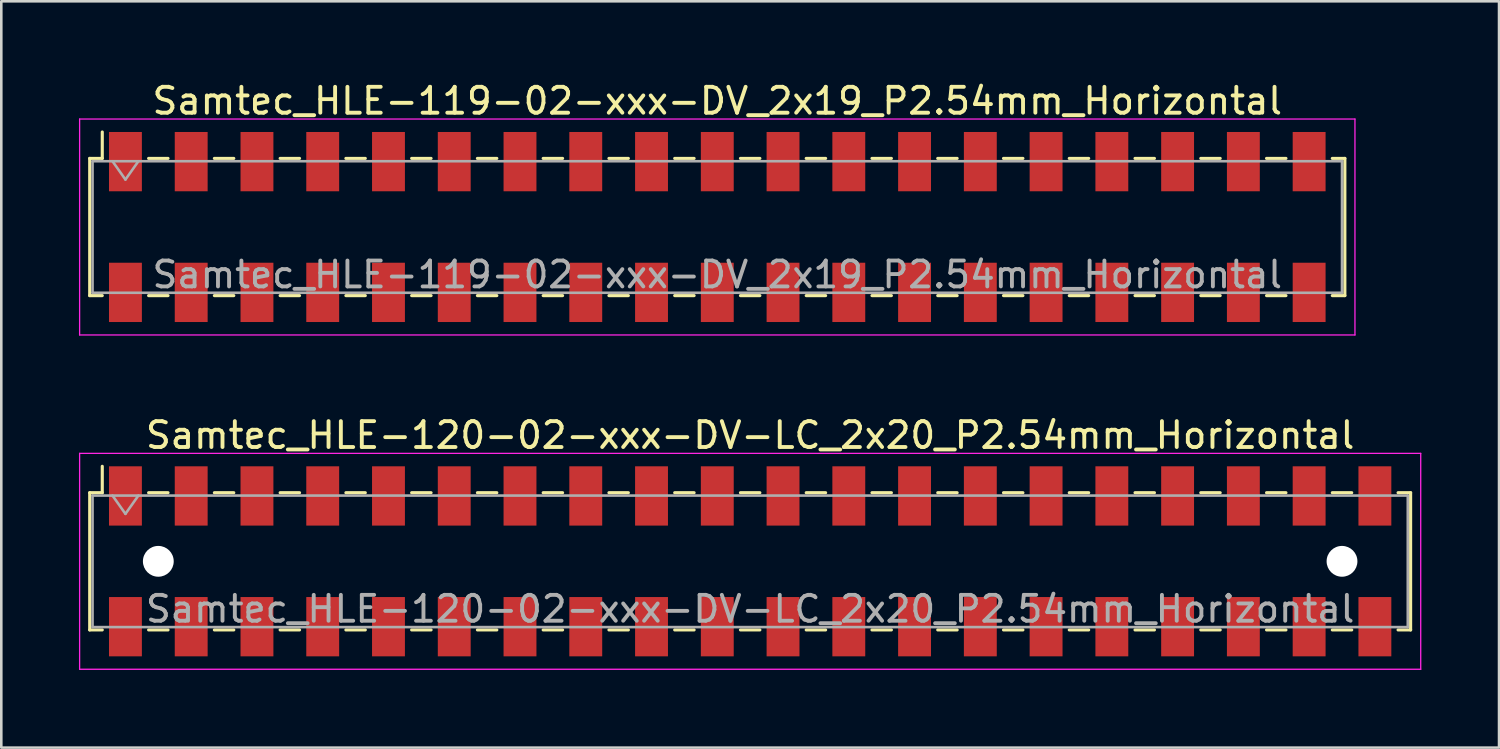
<source format=kicad_pcb>
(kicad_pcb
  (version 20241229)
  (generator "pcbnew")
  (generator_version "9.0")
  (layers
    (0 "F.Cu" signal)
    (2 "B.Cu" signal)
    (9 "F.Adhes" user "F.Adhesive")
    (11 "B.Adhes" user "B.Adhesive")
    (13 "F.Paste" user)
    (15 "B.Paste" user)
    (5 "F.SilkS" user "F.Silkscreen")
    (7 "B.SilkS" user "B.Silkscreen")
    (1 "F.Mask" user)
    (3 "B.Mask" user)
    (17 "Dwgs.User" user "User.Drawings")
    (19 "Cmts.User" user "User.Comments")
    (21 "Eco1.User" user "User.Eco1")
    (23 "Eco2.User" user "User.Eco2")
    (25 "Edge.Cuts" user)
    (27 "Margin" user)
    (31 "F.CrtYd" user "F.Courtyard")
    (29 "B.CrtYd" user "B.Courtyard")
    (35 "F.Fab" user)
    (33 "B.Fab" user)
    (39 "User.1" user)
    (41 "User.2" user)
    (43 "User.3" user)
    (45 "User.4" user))
  (footprint "Samtec_HLE-119-02-xxx-DV_2x19_P2.54mm_Horizontal"
    (layer "F.Cu")
    (at 24.655 5.718)
    (property "Reference" "Samtec_HLE-119-02-xxx-DV_2x19_P2.54mm_Horizontal" (at 0 -4.87 0) (layer "F.SilkS") (effects (font (size 1 1) (thickness 0.15))))
    (attr smd)
    (fp_line (start -24.24 -2.65) (end -24.24 2.65) (stroke (width 0.12) (type solid)) (layer "F.SilkS"))
    (fp_line (start -24.24 2.65) (end -23.755 2.65) (stroke (width 0.12) (type solid)) (layer "F.SilkS"))
    (fp_line (start -23.755 -3.67) (end -23.755 -2.65) (stroke (width 0.12) (type solid)) (layer "F.SilkS"))
    (fp_line (start -23.755 -2.65) (end -24.24 -2.65) (stroke (width 0.12) (type solid)) (layer "F.SilkS"))
    (fp_line (start -21.965 -2.65) (end -21.215 -2.65) (stroke (width 0.12) (type solid)) (layer "F.SilkS"))
    (fp_line (start -21.965 2.65) (end -21.215 2.65) (stroke (width 0.12) (type solid)) (layer "F.SilkS"))
    (fp_line (start -19.425 -2.65) (end -18.675 -2.65) (stroke (width 0.12) (type solid)) (layer "F.SilkS"))
    (fp_line (start -19.425 2.65) (end -18.675 2.65) (stroke (width 0.12) (type solid)) (layer "F.SilkS"))
    (fp_line (start -16.885 -2.65) (end -16.135 -2.65) (stroke (width 0.12) (type solid)) (layer "F.SilkS"))
    (fp_line (start -16.885 2.65) (end -16.135 2.65) (stroke (width 0.12) (type solid)) (layer "F.SilkS"))
    (fp_line (start -14.345 -2.65) (end -13.595 -2.65) (stroke (width 0.12) (type solid)) (layer "F.SilkS"))
    (fp_line (start -14.345 2.65) (end -13.595 2.65) (stroke (width 0.12) (type solid)) (layer "F.SilkS"))
    (fp_line (start -11.805 -2.65) (end -11.055 -2.65) (stroke (width 0.12) (type solid)) (layer "F.SilkS"))
    (fp_line (start -11.805 2.65) (end -11.055 2.65) (stroke (width 0.12) (type solid)) (layer "F.SilkS"))
    (fp_line (start -9.265 -2.65) (end -8.515 -2.65) (stroke (width 0.12) (type solid)) (layer "F.SilkS"))
    (fp_line (start -9.265 2.65) (end -8.515 2.65) (stroke (width 0.12) (type solid)) (layer "F.SilkS"))
    (fp_line (start -6.725 -2.65) (end -5.975 -2.65) (stroke (width 0.12) (type solid)) (layer "F.SilkS"))
    (fp_line (start -6.725 2.65) (end -5.975 2.65) (stroke (width 0.12) (type solid)) (layer "F.SilkS"))
    (fp_line (start -4.185 -2.65) (end -3.435 -2.65) (stroke (width 0.12) (type solid)) (layer "F.SilkS"))
    (fp_line (start -4.185 2.65) (end -3.435 2.65) (stroke (width 0.12) (type solid)) (layer "F.SilkS"))
    (fp_line (start -1.645 -2.65) (end -0.895 -2.65) (stroke (width 0.12) (type solid)) (layer "F.SilkS"))
    (fp_line (start -1.645 2.65) (end -0.895 2.65) (stroke (width 0.12) (type solid)) (layer "F.SilkS"))
    (fp_line (start 0.895 -2.65) (end 1.645 -2.65) (stroke (width 0.12) (type solid)) (layer "F.SilkS"))
    (fp_line (start 0.895 2.65) (end 1.645 2.65) (stroke (width 0.12) (type solid)) (layer "F.SilkS"))
    (fp_line (start 3.435 -2.65) (end 4.185 -2.65) (stroke (width 0.12) (type solid)) (layer "F.SilkS"))
    (fp_line (start 3.435 2.65) (end 4.185 2.65) (stroke (width 0.12) (type solid)) (layer "F.SilkS"))
    (fp_line (start 5.975 -2.65) (end 6.725 -2.65) (stroke (width 0.12) (type solid)) (layer "F.SilkS"))
    (fp_line (start 5.975 2.65) (end 6.725 2.65) (stroke (width 0.12) (type solid)) (layer "F.SilkS"))
    (fp_line (start 8.515 -2.65) (end 9.265 -2.65) (stroke (width 0.12) (type solid)) (layer "F.SilkS"))
    (fp_line (start 8.515 2.65) (end 9.265 2.65) (stroke (width 0.12) (type solid)) (layer "F.SilkS"))
    (fp_line (start 11.055 -2.65) (end 11.805 -2.65) (stroke (width 0.12) (type solid)) (layer "F.SilkS"))
    (fp_line (start 11.055 2.65) (end 11.805 2.65) (stroke (width 0.12) (type solid)) (layer "F.SilkS"))
    (fp_line (start 13.595 -2.65) (end 14.345 -2.65) (stroke (width 0.12) (type solid)) (layer "F.SilkS"))
    (fp_line (start 13.595 2.65) (end 14.345 2.65) (stroke (width 0.12) (type solid)) (layer "F.SilkS"))
    (fp_line (start 16.135 -2.65) (end 16.885 -2.65) (stroke (width 0.12) (type solid)) (layer "F.SilkS"))
    (fp_line (start 16.135 2.65) (end 16.885 2.65) (stroke (width 0.12) (type solid)) (layer "F.SilkS"))
    (fp_line (start 18.675 -2.65) (end 19.425 -2.65) (stroke (width 0.12) (type solid)) (layer "F.SilkS"))
    (fp_line (start 18.675 2.65) (end 19.425 2.65) (stroke (width 0.12) (type solid)) (layer "F.SilkS"))
    (fp_line (start 21.215 -2.65) (end 21.965 -2.65) (stroke (width 0.12) (type solid)) (layer "F.SilkS"))
    (fp_line (start 21.215 2.65) (end 21.965 2.65) (stroke (width 0.12) (type solid)) (layer "F.SilkS"))
    (fp_line (start 23.755 -2.65) (end 24.24 -2.65) (stroke (width 0.12) (type solid)) (layer "F.SilkS"))
    (fp_line (start 24.24 -2.65) (end 24.24 2.65) (stroke (width 0.12) (type solid)) (layer "F.SilkS"))
    (fp_line (start 24.24 2.65) (end 23.755 2.65) (stroke (width 0.12) (type solid)) (layer "F.SilkS"))
    (fp_line (start -24.63 -4.17) (end 24.63 -4.17) (stroke (width 0.05) (type solid)) (layer "F.CrtYd"))
    (fp_line (start -24.63 4.17) (end -24.63 -4.17) (stroke (width 0.05) (type solid)) (layer "F.CrtYd"))
    (fp_line (start 24.63 -4.17) (end 24.63 4.17) (stroke (width 0.05) (type solid)) (layer "F.CrtYd"))
    (fp_line (start 24.63 4.17) (end -24.63 4.17) (stroke (width 0.05) (type solid)) (layer "F.CrtYd"))
    (fp_line (start -24.13 -2.54) (end 24.13 -2.54) (stroke (width 0.1) (type solid)) (layer "F.Fab"))
    (fp_line (start -24.13 2.54) (end -24.13 -2.54) (stroke (width 0.1) (type solid)) (layer "F.Fab"))
    (fp_line (start -23.36 -2.54) (end -22.86 -1.833) (stroke (width 0.1) (type solid)) (layer "F.Fab"))
    (fp_line (start -22.86 -1.833) (end -22.36 -2.54) (stroke (width 0.1) (type solid)) (layer "F.Fab"))
    (fp_line (start 24.13 -2.54) (end 24.13 2.54) (stroke (width 0.1) (type solid)) (layer "F.Fab"))
    (fp_line (start 24.13 2.54) (end -24.13 2.54) (stroke (width 0.1) (type solid)) (layer "F.Fab"))
    (fp_text user "${REFERENCE}" (at 0 1.84 0) (layer "F.Fab") (effects (font (size 1 1) (thickness 0.15))))
    (pad "1" smd rect (at -22.86 -2.525) (size 1.27 2.29) (layers "F.Cu" "F.Mask" "F.Paste"))
    (pad "2" smd rect (at -22.86 2.525) (size 1.27 2.29) (layers "F.Cu" "F.Mask" "F.Paste"))
    (pad "3" smd rect (at -20.32 -2.525) (size 1.27 2.29) (layers "F.Cu" "F.Mask" "F.Paste"))
    (pad "4" smd rect (at -20.32 2.525) (size 1.27 2.29) (layers "F.Cu" "F.Mask" "F.Paste"))
    (pad "5" smd rect (at -17.78 -2.525) (size 1.27 2.29) (layers "F.Cu" "F.Mask" "F.Paste"))
    (pad "6" smd rect (at -17.78 2.525) (size 1.27 2.29) (layers "F.Cu" "F.Mask" "F.Paste"))
    (pad "7" smd rect (at -15.24 -2.525) (size 1.27 2.29) (layers "F.Cu" "F.Mask" "F.Paste"))
    (pad "8" smd rect (at -15.24 2.525) (size 1.27 2.29) (layers "F.Cu" "F.Mask" "F.Paste"))
    (pad "9" smd rect (at -12.7 -2.525) (size 1.27 2.29) (layers "F.Cu" "F.Mask" "F.Paste"))
    (pad "10" smd rect (at -12.7 2.525) (size 1.27 2.29) (layers "F.Cu" "F.Mask" "F.Paste"))
    (pad "11" smd rect (at -10.16 -2.525) (size 1.27 2.29) (layers "F.Cu" "F.Mask" "F.Paste"))
    (pad "12" smd rect (at -10.16 2.525) (size 1.27 2.29) (layers "F.Cu" "F.Mask" "F.Paste"))
    (pad "13" smd rect (at -7.62 -2.525) (size 1.27 2.29) (layers "F.Cu" "F.Mask" "F.Paste"))
    (pad "14" smd rect (at -7.62 2.525) (size 1.27 2.29) (layers "F.Cu" "F.Mask" "F.Paste"))
    (pad "15" smd rect (at -5.08 -2.525) (size 1.27 2.29) (layers "F.Cu" "F.Mask" "F.Paste"))
    (pad "16" smd rect (at -5.08 2.525) (size 1.27 2.29) (layers "F.Cu" "F.Mask" "F.Paste"))
    (pad "17" smd rect (at -2.54 -2.525) (size 1.27 2.29) (layers "F.Cu" "F.Mask" "F.Paste"))
    (pad "18" smd rect (at -2.54 2.525) (size 1.27 2.29) (layers "F.Cu" "F.Mask" "F.Paste"))
    (pad "19" smd rect (at 0 -2.525) (size 1.27 2.29) (layers "F.Cu" "F.Mask" "F.Paste"))
    (pad "20" smd rect (at 0 2.525) (size 1.27 2.29) (layers "F.Cu" "F.Mask" "F.Paste"))
    (pad "21" smd rect (at 2.54 -2.525) (size 1.27 2.29) (layers "F.Cu" "F.Mask" "F.Paste"))
    (pad "22" smd rect (at 2.54 2.525) (size 1.27 2.29) (layers "F.Cu" "F.Mask" "F.Paste"))
    (pad "23" smd rect (at 5.08 -2.525) (size 1.27 2.29) (layers "F.Cu" "F.Mask" "F.Paste"))
    (pad "24" smd rect (at 5.08 2.525) (size 1.27 2.29) (layers "F.Cu" "F.Mask" "F.Paste"))
    (pad "25" smd rect (at 7.62 -2.525) (size 1.27 2.29) (layers "F.Cu" "F.Mask" "F.Paste"))
    (pad "26" smd rect (at 7.62 2.525) (size 1.27 2.29) (layers "F.Cu" "F.Mask" "F.Paste"))
    (pad "27" smd rect (at 10.16 -2.525) (size 1.27 2.29) (layers "F.Cu" "F.Mask" "F.Paste"))
    (pad "28" smd rect (at 10.16 2.525) (size 1.27 2.29) (layers "F.Cu" "F.Mask" "F.Paste"))
    (pad "29" smd rect (at 12.7 -2.525) (size 1.27 2.29) (layers "F.Cu" "F.Mask" "F.Paste"))
    (pad "30" smd rect (at 12.7 2.525) (size 1.27 2.29) (layers "F.Cu" "F.Mask" "F.Paste"))
    (pad "31" smd rect (at 15.24 -2.525) (size 1.27 2.29) (layers "F.Cu" "F.Mask" "F.Paste"))
    (pad "32" smd rect (at 15.24 2.525) (size 1.27 2.29) (layers "F.Cu" "F.Mask" "F.Paste"))
    (pad "33" smd rect (at 17.78 -2.525) (size 1.27 2.29) (layers "F.Cu" "F.Mask" "F.Paste"))
    (pad "34" smd rect (at 17.78 2.525) (size 1.27 2.29) (layers "F.Cu" "F.Mask" "F.Paste"))
    (pad "35" smd rect (at 20.32 -2.525) (size 1.27 2.29) (layers "F.Cu" "F.Mask" "F.Paste"))
    (pad "36" smd rect (at 20.32 2.525) (size 1.27 2.29) (layers "F.Cu" "F.Mask" "F.Paste"))
    (pad "37" smd rect (at 22.86 -2.525) (size 1.27 2.29) (layers "F.Cu" "F.Mask" "F.Paste"))
    (pad "38" smd rect (at 22.86 2.525) (size 1.27 2.29) (layers "F.Cu" "F.Mask" "F.Paste")))
  (footprint "Samtec_HLE-120-02-xxx-DV-LC_2x20_P2.54mm_Horizontal"
    (layer "F.Cu")
    (at 25.925 18.631)
    (property "Reference" "Samtec_HLE-120-02-xxx-DV-LC_2x20_P2.54mm_Horizontal" (at 0 -4.87 0) (layer "F.SilkS") (effects (font (size 1 1) (thickness 0.15))))
    (attr smd)
    (fp_line (start -25.51 -2.65) (end -25.51 2.65) (stroke (width 0.12) (type solid)) (layer "F.SilkS"))
    (fp_line (start -25.51 2.65) (end -25.025 2.65) (stroke (width 0.12) (type solid)) (layer "F.SilkS"))
    (fp_line (start -25.025 -3.67) (end -25.025 -2.65) (stroke (width 0.12) (type solid)) (layer "F.SilkS"))
    (fp_line (start -25.025 -2.65) (end -25.51 -2.65) (stroke (width 0.12) (type solid)) (layer "F.SilkS"))
    (fp_line (start -23.235 -2.65) (end -22.485 -2.65) (stroke (width 0.12) (type solid)) (layer "F.SilkS"))
    (fp_line (start -23.235 2.65) (end -22.485 2.65) (stroke (width 0.12) (type solid)) (layer "F.SilkS"))
    (fp_line (start -20.695 -2.65) (end -19.945 -2.65) (stroke (width 0.12) (type solid)) (layer "F.SilkS"))
    (fp_line (start -20.695 2.65) (end -19.945 2.65) (stroke (width 0.12) (type solid)) (layer "F.SilkS"))
    (fp_line (start -18.155 -2.65) (end -17.405 -2.65) (stroke (width 0.12) (type solid)) (layer "F.SilkS"))
    (fp_line (start -18.155 2.65) (end -17.405 2.65) (stroke (width 0.12) (type solid)) (layer "F.SilkS"))
    (fp_line (start -15.615 -2.65) (end -14.865 -2.65) (stroke (width 0.12) (type solid)) (layer "F.SilkS"))
    (fp_line (start -15.615 2.65) (end -14.865 2.65) (stroke (width 0.12) (type solid)) (layer "F.SilkS"))
    (fp_line (start -13.075 -2.65) (end -12.325 -2.65) (stroke (width 0.12) (type solid)) (layer "F.SilkS"))
    (fp_line (start -13.075 2.65) (end -12.325 2.65) (stroke (width 0.12) (type solid)) (layer "F.SilkS"))
    (fp_line (start -10.535 -2.65) (end -9.785 -2.65) (stroke (width 0.12) (type solid)) (layer "F.SilkS"))
    (fp_line (start -10.535 2.65) (end -9.785 2.65) (stroke (width 0.12) (type solid)) (layer "F.SilkS"))
    (fp_line (start -7.995 -2.65) (end -7.245 -2.65) (stroke (width 0.12) (type solid)) (layer "F.SilkS"))
    (fp_line (start -7.995 2.65) (end -7.245 2.65) (stroke (width 0.12) (type solid)) (layer "F.SilkS"))
    (fp_line (start -5.455 -2.65) (end -4.705 -2.65) (stroke (width 0.12) (type solid)) (layer "F.SilkS"))
    (fp_line (start -5.455 2.65) (end -4.705 2.65) (stroke (width 0.12) (type solid)) (layer "F.SilkS"))
    (fp_line (start -2.915 -2.65) (end -2.165 -2.65) (stroke (width 0.12) (type solid)) (layer "F.SilkS"))
    (fp_line (start -2.915 2.65) (end -2.165 2.65) (stroke (width 0.12) (type solid)) (layer "F.SilkS"))
    (fp_line (start -0.375 -2.65) (end 0.375 -2.65) (stroke (width 0.12) (type solid)) (layer "F.SilkS"))
    (fp_line (start -0.375 2.65) (end 0.375 2.65) (stroke (width 0.12) (type solid)) (layer "F.SilkS"))
    (fp_line (start 2.165 -2.65) (end 2.915 -2.65) (stroke (width 0.12) (type solid)) (layer "F.SilkS"))
    (fp_line (start 2.165 2.65) (end 2.915 2.65) (stroke (width 0.12) (type solid)) (layer "F.SilkS"))
    (fp_line (start 4.705 -2.65) (end 5.455 -2.65) (stroke (width 0.12) (type solid)) (layer "F.SilkS"))
    (fp_line (start 4.705 2.65) (end 5.455 2.65) (stroke (width 0.12) (type solid)) (layer "F.SilkS"))
    (fp_line (start 7.245 -2.65) (end 7.995 -2.65) (stroke (width 0.12) (type solid)) (layer "F.SilkS"))
    (fp_line (start 7.245 2.65) (end 7.995 2.65) (stroke (width 0.12) (type solid)) (layer "F.SilkS"))
    (fp_line (start 9.785 -2.65) (end 10.535 -2.65) (stroke (width 0.12) (type solid)) (layer "F.SilkS"))
    (fp_line (start 9.785 2.65) (end 10.535 2.65) (stroke (width 0.12) (type solid)) (layer "F.SilkS"))
    (fp_line (start 12.325 -2.65) (end 13.075 -2.65) (stroke (width 0.12) (type solid)) (layer "F.SilkS"))
    (fp_line (start 12.325 2.65) (end 13.075 2.65) (stroke (width 0.12) (type solid)) (layer "F.SilkS"))
    (fp_line (start 14.865 -2.65) (end 15.615 -2.65) (stroke (width 0.12) (type solid)) (layer "F.SilkS"))
    (fp_line (start 14.865 2.65) (end 15.615 2.65) (stroke (width 0.12) (type solid)) (layer "F.SilkS"))
    (fp_line (start 17.405 -2.65) (end 18.155 -2.65) (stroke (width 0.12) (type solid)) (layer "F.SilkS"))
    (fp_line (start 17.405 2.65) (end 18.155 2.65) (stroke (width 0.12) (type solid)) (layer "F.SilkS"))
    (fp_line (start 19.945 -2.65) (end 20.695 -2.65) (stroke (width 0.12) (type solid)) (layer "F.SilkS"))
    (fp_line (start 19.945 2.65) (end 20.695 2.65) (stroke (width 0.12) (type solid)) (layer "F.SilkS"))
    (fp_line (start 22.485 -2.65) (end 23.235 -2.65) (stroke (width 0.12) (type solid)) (layer "F.SilkS"))
    (fp_line (start 22.485 2.65) (end 23.235 2.65) (stroke (width 0.12) (type solid)) (layer "F.SilkS"))
    (fp_line (start 25.025 -2.65) (end 25.51 -2.65) (stroke (width 0.12) (type solid)) (layer "F.SilkS"))
    (fp_line (start 25.51 -2.65) (end 25.51 2.65) (stroke (width 0.12) (type solid)) (layer "F.SilkS"))
    (fp_line (start 25.51 2.65) (end 25.025 2.65) (stroke (width 0.12) (type solid)) (layer "F.SilkS"))
    (fp_line (start -25.9 -4.17) (end 25.9 -4.17) (stroke (width 0.05) (type solid)) (layer "F.CrtYd"))
    (fp_line (start -25.9 4.17) (end -25.9 -4.17) (stroke (width 0.05) (type solid)) (layer "F.CrtYd"))
    (fp_line (start 25.9 -4.17) (end 25.9 4.17) (stroke (width 0.05) (type solid)) (layer "F.CrtYd"))
    (fp_line (start 25.9 4.17) (end -25.9 4.17) (stroke (width 0.05) (type solid)) (layer "F.CrtYd"))
    (fp_line (start -25.4 -2.54) (end 25.4 -2.54) (stroke (width 0.1) (type solid)) (layer "F.Fab"))
    (fp_line (start -25.4 2.54) (end -25.4 -2.54) (stroke (width 0.1) (type solid)) (layer "F.Fab"))
    (fp_line (start -24.63 -2.54) (end -24.13 -1.833) (stroke (width 0.1) (type solid)) (layer "F.Fab"))
    (fp_line (start -24.13 -1.833) (end -23.63 -2.54) (stroke (width 0.1) (type solid)) (layer "F.Fab"))
    (fp_line (start 25.4 -2.54) (end 25.4 2.54) (stroke (width 0.1) (type solid)) (layer "F.Fab"))
    (fp_line (start 25.4 2.54) (end -25.4 2.54) (stroke (width 0.1) (type solid)) (layer "F.Fab"))
    (fp_text user "${REFERENCE}" (at 0 1.84 0) (layer "F.Fab") (effects (font (size 1 1) (thickness 0.15))))
    (pad "" np_thru_hole circle (at -22.86 0) (size 1.19 1.19) (drill 1.19) (layers "*.Cu" "*.Mask"))
    (pad "" np_thru_hole circle (at 22.86 0) (size 1.19 1.19) (drill 1.19) (layers "*.Cu" "*.Mask"))
    (pad "1" smd rect (at -24.13 -2.525) (size 1.27 2.29) (layers "F.Cu" "F.Mask" "F.Paste"))
    (pad "2" smd rect (at -24.13 2.525) (size 1.27 2.29) (layers "F.Cu" "F.Mask" "F.Paste"))
    (pad "3" smd rect (at -21.59 -2.525) (size 1.27 2.29) (layers "F.Cu" "F.Mask" "F.Paste"))
    (pad "4" smd rect (at -21.59 2.525) (size 1.27 2.29) (layers "F.Cu" "F.Mask" "F.Paste"))
    (pad "5" smd rect (at -19.05 -2.525) (size 1.27 2.29) (layers "F.Cu" "F.Mask" "F.Paste"))
    (pad "6" smd rect (at -19.05 2.525) (size 1.27 2.29) (layers "F.Cu" "F.Mask" "F.Paste"))
    (pad "7" smd rect (at -16.51 -2.525) (size 1.27 2.29) (layers "F.Cu" "F.Mask" "F.Paste"))
    (pad "8" smd rect (at -16.51 2.525) (size 1.27 2.29) (layers "F.Cu" "F.Mask" "F.Paste"))
    (pad "9" smd rect (at -13.97 -2.525) (size 1.27 2.29) (layers "F.Cu" "F.Mask" "F.Paste"))
    (pad "10" smd rect (at -13.97 2.525) (size 1.27 2.29) (layers "F.Cu" "F.Mask" "F.Paste"))
    (pad "11" smd rect (at -11.43 -2.525) (size 1.27 2.29) (layers "F.Cu" "F.Mask" "F.Paste"))
    (pad "12" smd rect (at -11.43 2.525) (size 1.27 2.29) (layers "F.Cu" "F.Mask" "F.Paste"))
    (pad "13" smd rect (at -8.89 -2.525) (size 1.27 2.29) (layers "F.Cu" "F.Mask" "F.Paste"))
    (pad "14" smd rect (at -8.89 2.525) (size 1.27 2.29) (layers "F.Cu" "F.Mask" "F.Paste"))
    (pad "15" smd rect (at -6.35 -2.525) (size 1.27 2.29) (layers "F.Cu" "F.Mask" "F.Paste"))
    (pad "16" smd rect (at -6.35 2.525) (size 1.27 2.29) (layers "F.Cu" "F.Mask" "F.Paste"))
    (pad "17" smd rect (at -3.81 -2.525) (size 1.27 2.29) (layers "F.Cu" "F.Mask" "F.Paste"))
    (pad "18" smd rect (at -3.81 2.525) (size 1.27 2.29) (layers "F.Cu" "F.Mask" "F.Paste"))
    (pad "19" smd rect (at -1.27 -2.525) (size 1.27 2.29) (layers "F.Cu" "F.Mask" "F.Paste"))
    (pad "20" smd rect (at -1.27 2.525) (size 1.27 2.29) (layers "F.Cu" "F.Mask" "F.Paste"))
    (pad "21" smd rect (at 1.27 -2.525) (size 1.27 2.29) (layers "F.Cu" "F.Mask" "F.Paste"))
    (pad "22" smd rect (at 1.27 2.525) (size 1.27 2.29) (layers "F.Cu" "F.Mask" "F.Paste"))
    (pad "23" smd rect (at 3.81 -2.525) (size 1.27 2.29) (layers "F.Cu" "F.Mask" "F.Paste"))
    (pad "24" smd rect (at 3.81 2.525) (size 1.27 2.29) (layers "F.Cu" "F.Mask" "F.Paste"))
    (pad "25" smd rect (at 6.35 -2.525) (size 1.27 2.29) (layers "F.Cu" "F.Mask" "F.Paste"))
    (pad "26" smd rect (at 6.35 2.525) (size 1.27 2.29) (layers "F.Cu" "F.Mask" "F.Paste"))
    (pad "27" smd rect (at 8.89 -2.525) (size 1.27 2.29) (layers "F.Cu" "F.Mask" "F.Paste"))
    (pad "28" smd rect (at 8.89 2.525) (size 1.27 2.29) (layers "F.Cu" "F.Mask" "F.Paste"))
    (pad "29" smd rect (at 11.43 -2.525) (size 1.27 2.29) (layers "F.Cu" "F.Mask" "F.Paste"))
    (pad "30" smd rect (at 11.43 2.525) (size 1.27 2.29) (layers "F.Cu" "F.Mask" "F.Paste"))
    (pad "31" smd rect (at 13.97 -2.525) (size 1.27 2.29) (layers "F.Cu" "F.Mask" "F.Paste"))
    (pad "32" smd rect (at 13.97 2.525) (size 1.27 2.29) (layers "F.Cu" "F.Mask" "F.Paste"))
    (pad "33" smd rect (at 16.51 -2.525) (size 1.27 2.29) (layers "F.Cu" "F.Mask" "F.Paste"))
    (pad "34" smd rect (at 16.51 2.525) (size 1.27 2.29) (layers "F.Cu" "F.Mask" "F.Paste"))
    (pad "35" smd rect (at 19.05 -2.525) (size 1.27 2.29) (layers "F.Cu" "F.Mask" "F.Paste"))
    (pad "36" smd rect (at 19.05 2.525) (size 1.27 2.29) (layers "F.Cu" "F.Mask" "F.Paste"))
    (pad "37" smd rect (at 21.59 -2.525) (size 1.27 2.29) (layers "F.Cu" "F.Mask" "F.Paste"))
    (pad "38" smd rect (at 21.59 2.525) (size 1.27 2.29) (layers "F.Cu" "F.Mask" "F.Paste"))
    (pad "39" smd rect (at 24.13 -2.525) (size 1.27 2.29) (layers "F.Cu" "F.Mask" "F.Paste"))
    (pad "40" smd rect (at 24.13 2.525) (size 1.27 2.29) (layers "F.Cu" "F.Mask" "F.Paste")))
  (gr_rect
    (start -3 -3)
    (end 54.85 25.826)
    (stroke (width 0.1) (type default))
    (fill no)
    (layer "Edge.Cuts")))
</source>
